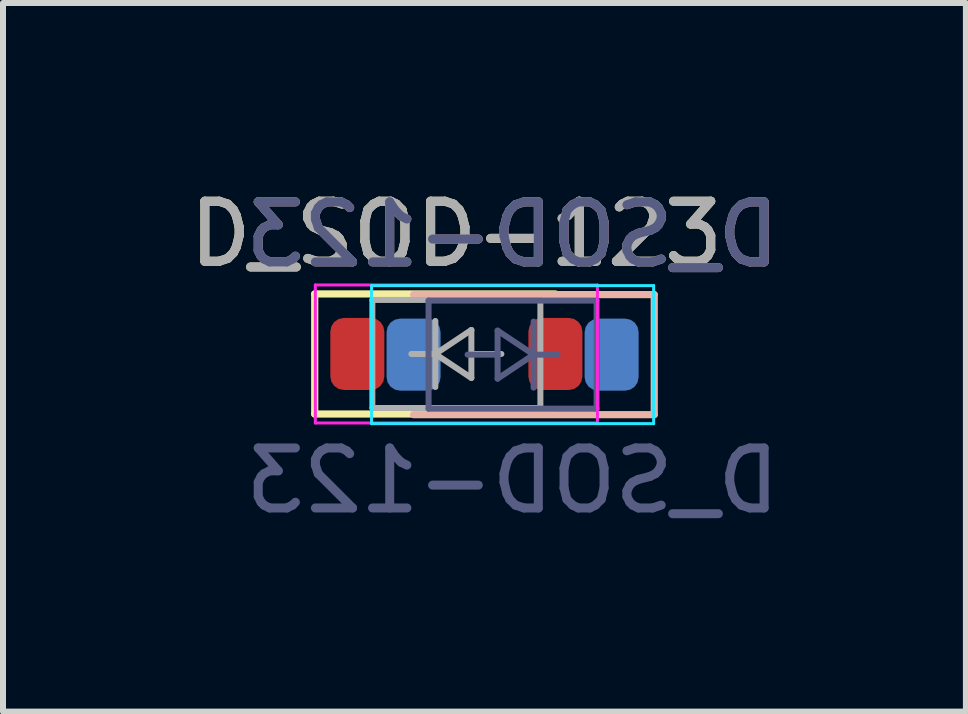
<source format=kicad_pcb>
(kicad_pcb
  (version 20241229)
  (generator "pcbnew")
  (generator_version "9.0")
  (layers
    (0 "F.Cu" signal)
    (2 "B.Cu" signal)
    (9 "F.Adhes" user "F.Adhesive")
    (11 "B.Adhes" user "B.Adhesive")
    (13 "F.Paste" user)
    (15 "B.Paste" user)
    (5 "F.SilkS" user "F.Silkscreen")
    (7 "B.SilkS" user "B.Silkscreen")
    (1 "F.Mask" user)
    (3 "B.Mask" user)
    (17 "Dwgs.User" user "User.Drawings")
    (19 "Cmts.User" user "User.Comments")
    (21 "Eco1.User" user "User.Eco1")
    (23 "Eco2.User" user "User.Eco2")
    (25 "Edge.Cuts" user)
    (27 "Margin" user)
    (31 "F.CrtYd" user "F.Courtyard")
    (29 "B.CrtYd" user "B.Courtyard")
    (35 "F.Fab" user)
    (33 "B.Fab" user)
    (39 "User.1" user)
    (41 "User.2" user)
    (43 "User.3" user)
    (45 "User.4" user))
  (footprint "D_SOD-123"
    (layer "F.Cu")
    (at 4.554 2.848)
    (property "Reference" "D_SOD-123" (at 0 -2 0) (layer "F.SilkS") (effects (font (size 1 1) (thickness 0.15))))
    (property "Value" "D_SOD-123" (at 0 2.1 0) (layer "F.Fab") (hide yes) (effects (font (size 1 1) (thickness 0.15))))
    (attr smd)
    (fp_line (start -2.36 -1) (end -2.36 1) (stroke (width 0.12) (type solid)) (layer "F.SilkS"))
    (fp_line (start -2.36 -1) (end 1.65 -1) (stroke (width 0.12) (type solid)) (layer "F.SilkS"))
    (fp_line (start -2.36 1) (end 1.65 1) (stroke (width 0.12) (type solid)) (layer "F.SilkS"))
    (fp_line (start 3.297 -0.989) (end -0.713 -0.989) (stroke (width 0.12) (type solid)) (layer "B.SilkS"))
    (fp_line (start 3.297 -0.989) (end 3.297 1.011) (stroke (width 0.12) (type solid)) (layer "B.SilkS"))
    (fp_line (start 3.297 1.011) (end -0.713 1.011) (stroke (width 0.12) (type solid)) (layer "B.SilkS"))
    (fp_line (start -1.413 -1.139) (end -1.413 1.161) (stroke (width 0.05) (type solid)) (layer "B.CrtYd"))
    (fp_line (start -1.413 1.161) (end 3.287 1.161) (stroke (width 0.05) (type solid)) (layer "B.CrtYd"))
    (fp_line (start 3.287 -1.139) (end -1.413 -1.139) (stroke (width 0.05) (type solid)) (layer "B.CrtYd"))
    (fp_line (start 3.287 -1.139) (end 3.287 1.161) (stroke (width 0.05) (type solid)) (layer "B.CrtYd"))
    (fp_line (start -2.35 -1.15) (end -2.35 1.15) (stroke (width 0.05) (type solid)) (layer "F.CrtYd"))
    (fp_line (start -2.35 -1.15) (end 2.35 -1.15) (stroke (width 0.05) (type solid)) (layer "F.CrtYd"))
    (fp_line (start 2.35 -1.15) (end 2.35 1.15) (stroke (width 0.05) (type solid)) (layer "F.CrtYd"))
    (fp_line (start 2.35 1.15) (end -2.35 1.15) (stroke (width 0.05) (type solid)) (layer "F.CrtYd"))
    (fp_line (start -0.463 -0.889) (end -0.463 0.911) (stroke (width 0.1) (type solid)) (layer "B.Fab"))
    (fp_line (start -0.463 0.911) (end 2.337 0.911) (stroke (width 0.1) (type solid)) (layer "B.Fab"))
    (fp_line (start 0.687 -0.389) (end 0.687 0.411) (stroke (width 0.1) (type solid)) (layer "B.Fab"))
    (fp_line (start 0.687 0.011) (end 0.187 0.011) (stroke (width 0.1) (type solid)) (layer "B.Fab"))
    (fp_line (start 0.687 0.411) (end 1.287 0.011) (stroke (width 0.1) (type solid)) (layer "B.Fab"))
    (fp_line (start 1.287 0.011) (end 0.687 -0.389) (stroke (width 0.1) (type solid)) (layer "B.Fab"))
    (fp_line (start 1.287 0.011) (end 1.287 -0.539) (stroke (width 0.1) (type solid)) (layer "B.Fab"))
    (fp_line (start 1.287 0.011) (end 1.287 0.561) (stroke (width 0.1) (type solid)) (layer "B.Fab"))
    (fp_line (start 1.687 0.011) (end 1.287 0.011) (stroke (width 0.1) (type solid)) (layer "B.Fab"))
    (fp_line (start 2.337 -0.889) (end -0.463 -0.889) (stroke (width 0.1) (type solid)) (layer "B.Fab"))
    (fp_line (start 2.337 0.911) (end 2.337 -0.889) (stroke (width 0.1) (type solid)) (layer "B.Fab"))
    (fp_line (start -1.4 -0.9) (end 1.4 -0.9) (stroke (width 0.1) (type solid)) (layer "F.Fab"))
    (fp_line (start -1.4 0.9) (end -1.4 -0.9) (stroke (width 0.1) (type solid)) (layer "F.Fab"))
    (fp_line (start -0.75 0) (end -0.35 0) (stroke (width 0.1) (type solid)) (layer "F.Fab"))
    (fp_line (start -0.35 0) (end -0.35 -0.55) (stroke (width 0.1) (type solid)) (layer "F.Fab"))
    (fp_line (start -0.35 0) (end -0.35 0.55) (stroke (width 0.1) (type solid)) (layer "F.Fab"))
    (fp_line (start -0.35 0) (end 0.25 -0.4) (stroke (width 0.1) (type solid)) (layer "F.Fab"))
    (fp_line (start 0.25 -0.4) (end 0.25 0.4) (stroke (width 0.1) (type solid)) (layer "F.Fab"))
    (fp_line (start 0.25 0) (end 0.75 0) (stroke (width 0.1) (type solid)) (layer "F.Fab"))
    (fp_line (start 0.25 0.4) (end -0.35 0) (stroke (width 0.1) (type solid)) (layer "F.Fab"))
    (fp_line (start 1.4 -0.9) (end 1.4 0.9) (stroke (width 0.1) (type solid)) (layer "F.Fab"))
    (fp_line (start 1.4 0.9) (end -1.4 0.9) (stroke (width 0.1) (type solid)) (layer "F.Fab"))
    (fp_text user "${REFERENCE}" (at 0.937 -1.989 0) (layer "B.SilkS") (effects (font (size 1 1) (thickness 0.15)) (justify mirror)))
    (fp_text user "${VALUE}" (at 0.937 2.111 0) (layer "B.Fab") (effects (font (size 1 1) (thickness 0.15)) (justify mirror)))
    (fp_text user "${REFERENCE}" (at 0.937 -1.989 0) (layer "B.Fab") (effects (font (size 1 1) (thickness 0.15)) (justify mirror)))
    (fp_text user "${REFERENCE}" (at 0 -2 0) (layer "F.Fab") (effects (font (size 1 1) (thickness 0.15))))
    (pad "1" smd roundrect (at -1.65 0) (size 0.9 1.2) (layers "F.Cu" "F.Mask" "F.Paste") (roundrect_rratio 0.25))
    (pad "1" smd roundrect (at 2.587 0.011) (size 0.9 1.2) (layers "B.Cu" "B.Mask" "B.Paste") (roundrect_rratio 0.25))
    (pad "2" smd roundrect (at -0.713 0.011) (size 0.9 1.2) (layers "B.Cu" "B.Mask" "B.Paste") (roundrect_rratio 0.25))
    (pad "2" smd roundrect (at 1.65 0) (size 0.9 1.2) (layers "F.Cu" "F.Mask" "F.Paste") (roundrect_rratio 0.25)))
  (gr_rect
    (start -3 -3)
    (end 13.044 8.807)
    (stroke (width 0.1) (type default))
    (fill no)
    (layer "Edge.Cuts")))
</source>
